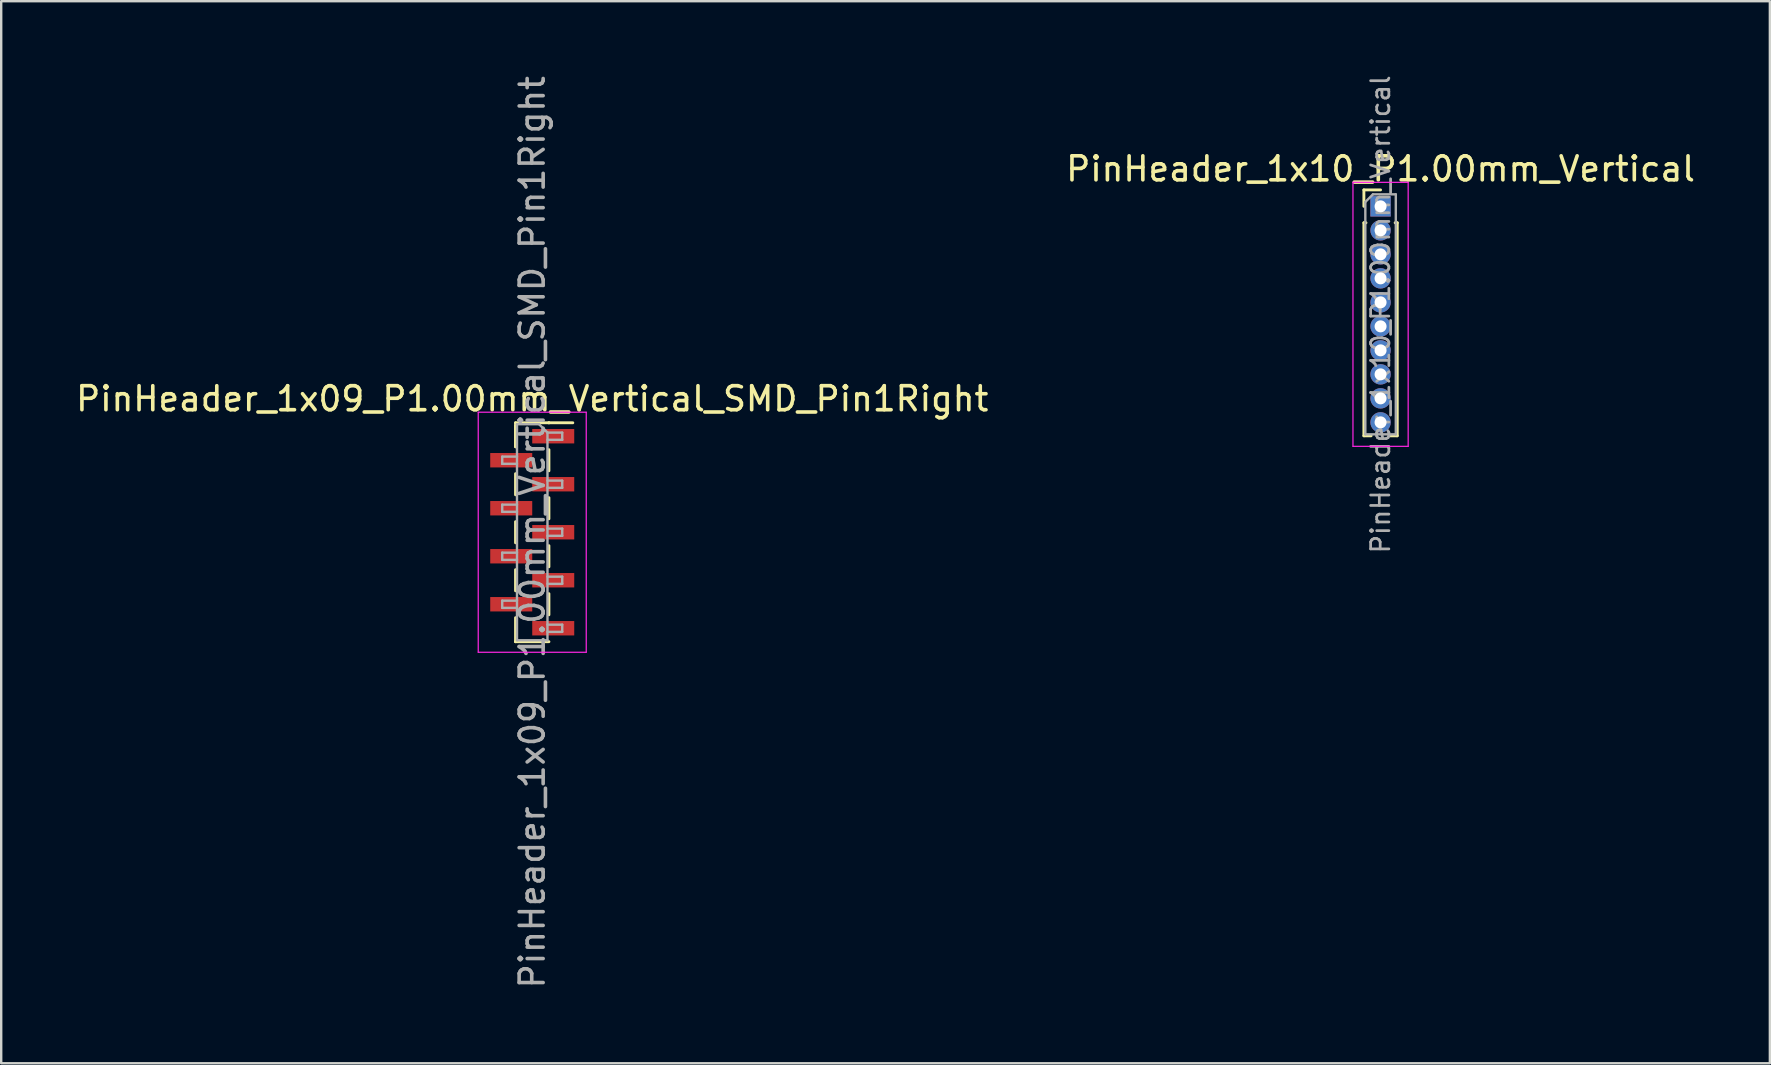
<source format=kicad_pcb>
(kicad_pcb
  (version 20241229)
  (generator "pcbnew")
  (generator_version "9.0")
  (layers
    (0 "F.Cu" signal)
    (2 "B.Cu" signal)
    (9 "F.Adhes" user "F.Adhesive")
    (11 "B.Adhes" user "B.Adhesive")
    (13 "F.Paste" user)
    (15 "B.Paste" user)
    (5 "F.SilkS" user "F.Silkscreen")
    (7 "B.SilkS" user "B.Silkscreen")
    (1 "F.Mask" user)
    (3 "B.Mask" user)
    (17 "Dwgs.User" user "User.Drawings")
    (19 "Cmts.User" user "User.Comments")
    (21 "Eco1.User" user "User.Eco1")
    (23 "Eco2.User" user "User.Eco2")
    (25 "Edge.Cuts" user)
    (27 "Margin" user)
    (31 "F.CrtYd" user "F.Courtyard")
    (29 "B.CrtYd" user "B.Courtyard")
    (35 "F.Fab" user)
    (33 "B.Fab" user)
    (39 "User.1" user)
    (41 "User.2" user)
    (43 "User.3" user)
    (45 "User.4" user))
  (footprint "PinHeader_1x09_P1.00mm_Vertical_SMD_Pin1Right"
    (layer "F.Cu")
    (at 19.125 19.125)
    (property "Reference" "PinHeader_1x09_P1.00mm_Vertical_SMD_Pin1Right" (at 0 -5.56 0) (layer "F.SilkS") (effects (font (size 1 1) (thickness 0.15))))
    (attr smd)
    (fp_line (start -0.695 -4.56) (end -0.695 -3.56) (stroke (width 0.12) (type solid)) (layer "F.SilkS"))
    (fp_line (start -0.695 -4.56) (end 0.695 -4.56) (stroke (width 0.12) (type solid)) (layer "F.SilkS"))
    (fp_line (start -0.695 -4.44) (end -0.695 -3.56) (stroke (width 0.12) (type solid)) (layer "F.SilkS"))
    (fp_line (start -0.695 -2.44) (end -0.695 -1.56) (stroke (width 0.12) (type solid)) (layer "F.SilkS"))
    (fp_line (start -0.695 -0.44) (end -0.695 0.44) (stroke (width 0.12) (type solid)) (layer "F.SilkS"))
    (fp_line (start -0.695 1.56) (end -0.695 2.44) (stroke (width 0.12) (type solid)) (layer "F.SilkS"))
    (fp_line (start -0.695 3.56) (end -0.695 4.56) (stroke (width 0.12) (type solid)) (layer "F.SilkS"))
    (fp_line (start -0.695 4.56) (end -0.695 4.56) (stroke (width 0.12) (type solid)) (layer "F.SilkS"))
    (fp_line (start -0.695 4.56) (end 0.695 4.56) (stroke (width 0.12) (type solid)) (layer "F.SilkS"))
    (fp_line (start 0.695 -4.56) (end 0.695 -4.56) (stroke (width 0.12) (type solid)) (layer "F.SilkS"))
    (fp_line (start 0.695 -4.56) (end 1.69 -4.56) (stroke (width 0.12) (type solid)) (layer "F.SilkS"))
    (fp_line (start 0.695 -3.44) (end 0.695 -2.56) (stroke (width 0.12) (type solid)) (layer "F.SilkS"))
    (fp_line (start 0.695 -1.44) (end 0.695 -0.56) (stroke (width 0.12) (type solid)) (layer "F.SilkS"))
    (fp_line (start 0.695 0.56) (end 0.695 1.44) (stroke (width 0.12) (type solid)) (layer "F.SilkS"))
    (fp_line (start 0.695 2.56) (end 0.695 3.44) (stroke (width 0.12) (type solid)) (layer "F.SilkS"))
    (fp_line (start -2.25 -5) (end -2.25 5) (stroke (width 0.05) (type solid)) (layer "F.CrtYd"))
    (fp_line (start -2.25 5) (end 2.25 5) (stroke (width 0.05) (type solid)) (layer "F.CrtYd"))
    (fp_line (start 2.25 -5) (end -2.25 -5) (stroke (width 0.05) (type solid)) (layer "F.CrtYd"))
    (fp_line (start 2.25 5) (end 2.25 -5) (stroke (width 0.05) (type solid)) (layer "F.CrtYd"))
    (fp_line (start -1.25 -3.15) (end -1.25 -2.85) (stroke (width 0.1) (type solid)) (layer "F.Fab"))
    (fp_line (start -1.25 -2.85) (end -0.635 -2.85) (stroke (width 0.1) (type solid)) (layer "F.Fab"))
    (fp_line (start -1.25 -1.15) (end -1.25 -0.85) (stroke (width 0.1) (type solid)) (layer "F.Fab"))
    (fp_line (start -1.25 -0.85) (end -0.635 -0.85) (stroke (width 0.1) (type solid)) (layer "F.Fab"))
    (fp_line (start -1.25 0.85) (end -1.25 1.15) (stroke (width 0.1) (type solid)) (layer "F.Fab"))
    (fp_line (start -1.25 1.15) (end -0.635 1.15) (stroke (width 0.1) (type solid)) (layer "F.Fab"))
    (fp_line (start -1.25 2.85) (end -1.25 3.15) (stroke (width 0.1) (type solid)) (layer "F.Fab"))
    (fp_line (start -1.25 3.15) (end -0.635 3.15) (stroke (width 0.1) (type solid)) (layer "F.Fab"))
    (fp_line (start -0.635 -4.5) (end -0.635 4.5) (stroke (width 0.1) (type solid)) (layer "F.Fab"))
    (fp_line (start -0.635 -4.5) (end 0.285 -4.5) (stroke (width 0.1) (type solid)) (layer "F.Fab"))
    (fp_line (start -0.635 -3.15) (end -1.25 -3.15) (stroke (width 0.1) (type solid)) (layer "F.Fab"))
    (fp_line (start -0.635 -1.15) (end -1.25 -1.15) (stroke (width 0.1) (type solid)) (layer "F.Fab"))
    (fp_line (start -0.635 0.85) (end -1.25 0.85) (stroke (width 0.1) (type solid)) (layer "F.Fab"))
    (fp_line (start -0.635 2.85) (end -1.25 2.85) (stroke (width 0.1) (type solid)) (layer "F.Fab"))
    (fp_line (start 0.635 -4.15) (end 0.285 -4.5) (stroke (width 0.1) (type solid)) (layer "F.Fab"))
    (fp_line (start 0.635 -4.15) (end 1.25 -4.15) (stroke (width 0.1) (type solid)) (layer "F.Fab"))
    (fp_line (start 0.635 -2.15) (end 1.25 -2.15) (stroke (width 0.1) (type solid)) (layer "F.Fab"))
    (fp_line (start 0.635 -0.15) (end 1.25 -0.15) (stroke (width 0.1) (type solid)) (layer "F.Fab"))
    (fp_line (start 0.635 1.85) (end 1.25 1.85) (stroke (width 0.1) (type solid)) (layer "F.Fab"))
    (fp_line (start 0.635 3.85) (end 1.25 3.85) (stroke (width 0.1) (type solid)) (layer "F.Fab"))
    (fp_line (start 0.635 4.5) (end -0.635 4.5) (stroke (width 0.1) (type solid)) (layer "F.Fab"))
    (fp_line (start 0.635 4.5) (end 0.635 -4.15) (stroke (width 0.1) (type solid)) (layer "F.Fab"))
    (fp_line (start 1.25 -4.15) (end 1.25 -3.85) (stroke (width 0.1) (type solid)) (layer "F.Fab"))
    (fp_line (start 1.25 -3.85) (end 0.635 -3.85) (stroke (width 0.1) (type solid)) (layer "F.Fab"))
    (fp_line (start 1.25 -2.15) (end 1.25 -1.85) (stroke (width 0.1) (type solid)) (layer "F.Fab"))
    (fp_line (start 1.25 -1.85) (end 0.635 -1.85) (stroke (width 0.1) (type solid)) (layer "F.Fab"))
    (fp_line (start 1.25 -0.15) (end 1.25 0.15) (stroke (width 0.1) (type solid)) (layer "F.Fab"))
    (fp_line (start 1.25 0.15) (end 0.635 0.15) (stroke (width 0.1) (type solid)) (layer "F.Fab"))
    (fp_line (start 1.25 1.85) (end 1.25 2.15) (stroke (width 0.1) (type solid)) (layer "F.Fab"))
    (fp_line (start 1.25 2.15) (end 0.635 2.15) (stroke (width 0.1) (type solid)) (layer "F.Fab"))
    (fp_line (start 1.25 3.85) (end 1.25 4.15) (stroke (width 0.1) (type solid)) (layer "F.Fab"))
    (fp_line (start 1.25 4.15) (end 0.635 4.15) (stroke (width 0.1) (type solid)) (layer "F.Fab"))
    (fp_text user "${REFERENCE}" (at 0 0 90) (layer "F.Fab") (effects (font (size 1 1) (thickness 0.15))))
    (pad "1" smd rect (at 0.875 -4) (size 1.75 0.6) (layers "F.Cu" "F.Mask" "F.Paste"))
    (pad "2" smd rect (at -0.875 -3) (size 1.75 0.6) (layers "F.Cu" "F.Mask" "F.Paste"))
    (pad "3" smd rect (at 0.875 -2) (size 1.75 0.6) (layers "F.Cu" "F.Mask" "F.Paste"))
    (pad "4" smd rect (at -0.875 -1) (size 1.75 0.6) (layers "F.Cu" "F.Mask" "F.Paste"))
    (pad "5" smd rect (at 0.875 0) (size 1.75 0.6) (layers "F.Cu" "F.Mask" "F.Paste"))
    (pad "6" smd rect (at -0.875 1) (size 1.75 0.6) (layers "F.Cu" "F.Mask" "F.Paste"))
    (pad "7" smd rect (at 0.875 2) (size 1.75 0.6) (layers "F.Cu" "F.Mask" "F.Paste"))
    (pad "8" smd rect (at -0.875 3) (size 1.75 0.6) (layers "F.Cu" "F.Mask" "F.Paste"))
    (pad "9" smd rect (at 0.875 4) (size 1.75 0.6) (layers "F.Cu" "F.Mask" "F.Paste")))
  (footprint "PinHeader_1x10_P1.00mm_Vertical"
    (layer "F.Cu")
    (at 54.47 5.547)
    (property "Reference" "PinHeader_1x10_P1.00mm_Vertical" (at 0 -1.56 0) (layer "F.SilkS") (effects (font (size 1 1) (thickness 0.15))))
    (attr through_hole)
    (fp_line (start -0.695 -0.685) (end 0 -0.685) (stroke (width 0.12) (type solid)) (layer "F.SilkS"))
    (fp_line (start -0.695 0) (end -0.695 -0.685) (stroke (width 0.12) (type solid)) (layer "F.SilkS"))
    (fp_line (start -0.695 0.685) (end -0.695 9.56) (stroke (width 0.12) (type solid)) (layer "F.SilkS"))
    (fp_line (start -0.695 0.685) (end -0.608 0.685) (stroke (width 0.12) (type solid)) (layer "F.SilkS"))
    (fp_line (start -0.695 9.56) (end -0.394 9.56) (stroke (width 0.12) (type solid)) (layer "F.SilkS"))
    (fp_line (start 0.394 9.56) (end 0.695 9.56) (stroke (width 0.12) (type solid)) (layer "F.SilkS"))
    (fp_line (start 0.608 0.685) (end 0.695 0.685) (stroke (width 0.12) (type solid)) (layer "F.SilkS"))
    (fp_line (start 0.695 0.685) (end 0.695 9.56) (stroke (width 0.12) (type solid)) (layer "F.SilkS"))
    (fp_line (start -1.15 -1) (end -1.15 10) (stroke (width 0.05) (type solid)) (layer "F.CrtYd"))
    (fp_line (start -1.15 10) (end 1.15 10) (stroke (width 0.05) (type solid)) (layer "F.CrtYd"))
    (fp_line (start 1.15 -1) (end -1.15 -1) (stroke (width 0.05) (type solid)) (layer "F.CrtYd"))
    (fp_line (start 1.15 10) (end 1.15 -1) (stroke (width 0.05) (type solid)) (layer "F.CrtYd"))
    (fp_line (start -0.635 -0.182) (end -0.318 -0.5) (stroke (width 0.1) (type solid)) (layer "F.Fab"))
    (fp_line (start -0.635 9.5) (end -0.635 -0.182) (stroke (width 0.1) (type solid)) (layer "F.Fab"))
    (fp_line (start -0.318 -0.5) (end 0.635 -0.5) (stroke (width 0.1) (type solid)) (layer "F.Fab"))
    (fp_line (start 0.635 -0.5) (end 0.635 9.5) (stroke (width 0.1) (type solid)) (layer "F.Fab"))
    (fp_line (start 0.635 9.5) (end -0.635 9.5) (stroke (width 0.1) (type solid)) (layer "F.Fab"))
    (fp_text user "${REFERENCE}" (at 0 4.5 90) (layer "F.Fab") (effects (font (size 0.76 0.76) (thickness 0.114))))
    (pad "1" thru_hole rect (at 0 0) (size 0.85 0.85) (drill 0.5) (layers "*.Cu" "*.Mask"))
    (pad "2" thru_hole oval (at 0 1) (size 0.85 0.85) (drill 0.5) (layers "*.Cu" "*.Mask"))
    (pad "3" thru_hole oval (at 0 2) (size 0.85 0.85) (drill 0.5) (layers "*.Cu" "*.Mask"))
    (pad "4" thru_hole oval (at 0 3) (size 0.85 0.85) (drill 0.5) (layers "*.Cu" "*.Mask"))
    (pad "5" thru_hole oval (at 0 4) (size 0.85 0.85) (drill 0.5) (layers "*.Cu" "*.Mask"))
    (pad "6" thru_hole oval (at 0 5) (size 0.85 0.85) (drill 0.5) (layers "*.Cu" "*.Mask"))
    (pad "7" thru_hole oval (at 0 6) (size 0.85 0.85) (drill 0.5) (layers "*.Cu" "*.Mask"))
    (pad "8" thru_hole oval (at 0 7) (size 0.85 0.85) (drill 0.5) (layers "*.Cu" "*.Mask"))
    (pad "9" thru_hole oval (at 0 8) (size 0.85 0.85) (drill 0.5) (layers "*.Cu" "*.Mask"))
    (pad "10" thru_hole oval (at 0 9) (size 0.85 0.85) (drill 0.5) (layers "*.Cu" "*.Mask")))
  (gr_rect
    (start -3 -3)
    (end 70.69 41.25)
    (stroke (width 0.1) (type default))
    (fill no)
    (layer "Edge.Cuts")))
</source>
